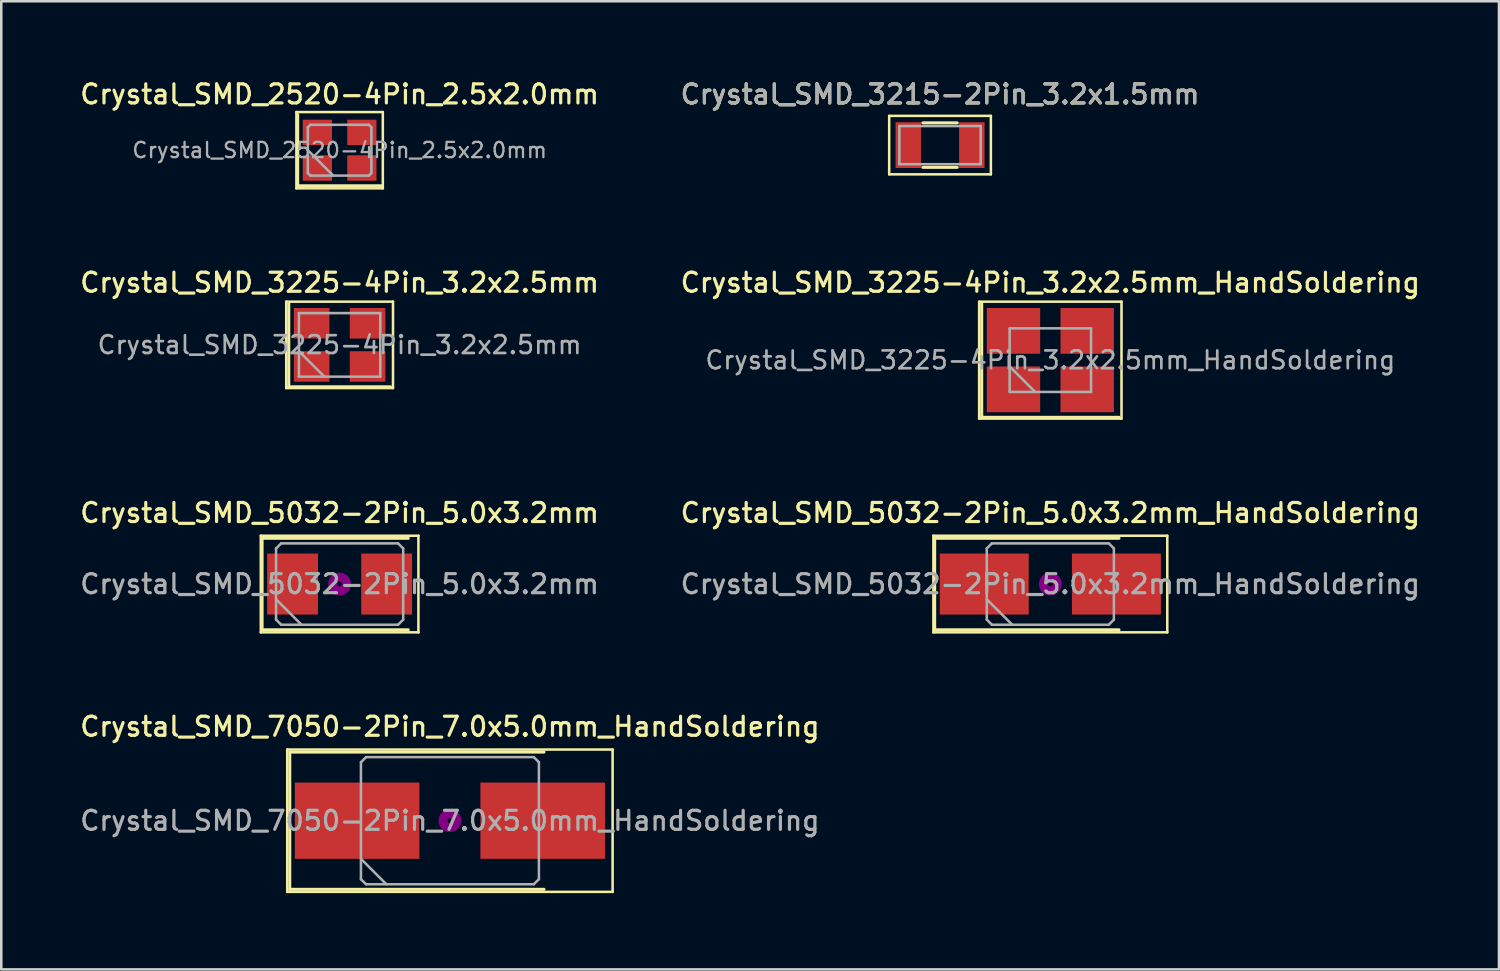
<source format=kicad_pcb>
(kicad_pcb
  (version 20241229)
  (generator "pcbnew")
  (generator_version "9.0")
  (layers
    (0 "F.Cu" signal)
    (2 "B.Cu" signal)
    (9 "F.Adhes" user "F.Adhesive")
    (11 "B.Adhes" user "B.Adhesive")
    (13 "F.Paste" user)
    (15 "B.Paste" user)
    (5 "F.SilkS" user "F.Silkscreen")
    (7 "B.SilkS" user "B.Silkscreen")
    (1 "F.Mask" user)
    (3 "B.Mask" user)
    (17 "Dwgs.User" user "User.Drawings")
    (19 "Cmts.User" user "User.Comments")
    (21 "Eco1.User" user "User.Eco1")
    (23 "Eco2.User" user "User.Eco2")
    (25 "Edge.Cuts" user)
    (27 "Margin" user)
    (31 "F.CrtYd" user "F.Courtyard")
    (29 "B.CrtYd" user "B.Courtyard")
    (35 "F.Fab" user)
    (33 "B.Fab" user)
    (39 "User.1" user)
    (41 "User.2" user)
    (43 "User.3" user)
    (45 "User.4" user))
  (footprint "Crystal_SMD_3225-4Pin_3.2x2.5mm"
    (layer "F.Cu")
    (at 10.309 10.516)
    (property "Reference" "Crystal_SMD_3225-4Pin_3.2x2.5mm" (at 0 -2.45 0) (layer "F.SilkS") (effects (font (size 0.75 0.75) (thickness 0.125))))
    (attr smd)
    (fp_line (start -2.1 -1.7) (end -2.1 1.7) (stroke (width 0.1) (type solid)) (layer "F.SilkS"))
    (fp_line (start -2.1 1.7) (end 2.1 1.7) (stroke (width 0.1) (type solid)) (layer "F.SilkS"))
    (fp_line (start -2 -1.65) (end -2 1.65) (stroke (width 0.12) (type solid)) (layer "F.SilkS"))
    (fp_line (start -2 1.65) (end 2 1.65) (stroke (width 0.12) (type solid)) (layer "F.SilkS"))
    (fp_line (start 2.1 -1.7) (end -2.1 -1.7) (stroke (width 0.1) (type solid)) (layer "F.SilkS"))
    (fp_line (start 2.1 1.7) (end 2.1 -1.7) (stroke (width 0.1) (type solid)) (layer "F.SilkS"))
    (fp_line (start -1.6 -1.25) (end -1.6 1.25) (stroke (width 0.1) (type solid)) (layer "F.Fab"))
    (fp_line (start -1.6 0.25) (end -0.6 1.25) (stroke (width 0.1) (type solid)) (layer "F.Fab"))
    (fp_line (start -1.6 1.25) (end 1.6 1.25) (stroke (width 0.1) (type solid)) (layer "F.Fab"))
    (fp_line (start 1.6 -1.25) (end -1.6 -1.25) (stroke (width 0.1) (type solid)) (layer "F.Fab"))
    (fp_line (start 1.6 1.25) (end 1.6 -1.25) (stroke (width 0.1) (type solid)) (layer "F.Fab"))
    (fp_text user "${REFERENCE}" (at 0 0 0) (layer "F.Fab") (effects (font (size 0.7 0.7) (thickness 0.105))))
    (pad "1" smd rect (at -1.1 0.85) (size 1.4 1.2) (layers "F.Cu" "F.Mask" "F.Paste"))
    (pad "2" smd rect (at 1.1 0.85) (size 1.4 1.2) (layers "F.Cu" "F.Mask" "F.Paste"))
    (pad "3" smd rect (at 1.1 -0.85) (size 1.4 1.2) (layers "F.Cu" "F.Mask" "F.Paste"))
    (pad "4" smd rect (at -1.1 -0.85) (size 1.4 1.2) (layers "F.Cu" "F.Mask" "F.Paste")))
  (footprint "Crystal_SMD_5032-2Pin_5.0x3.2mm"
    (layer "F.Cu")
    (at 10.309 19.924)
    (property "Reference" "Crystal_SMD_5032-2Pin_5.0x3.2mm" (at 0 -2.8 0) (layer "F.SilkS") (effects (font (size 0.75 0.75) (thickness 0.125))))
    (attr smd)
    (fp_line (start -3.1 -1.9) (end -3.1 1.9) (stroke (width 0.1) (type solid)) (layer "F.SilkS"))
    (fp_line (start -3.1 1.9) (end 3.1 1.9) (stroke (width 0.1) (type solid)) (layer "F.SilkS"))
    (fp_line (start -3.05 -1.8) (end -3.05 1.8) (stroke (width 0.12) (type solid)) (layer "F.SilkS"))
    (fp_line (start -3.05 1.8) (end 2.7 1.8) (stroke (width 0.12) (type solid)) (layer "F.SilkS"))
    (fp_line (start 2.7 -1.8) (end -3.05 -1.8) (stroke (width 0.12) (type solid)) (layer "F.SilkS"))
    (fp_line (start 3.1 -1.9) (end -3.1 -1.9) (stroke (width 0.1) (type solid)) (layer "F.SilkS"))
    (fp_line (start 3.1 1.9) (end 3.1 -1.9) (stroke (width 0.1) (type solid)) (layer "F.SilkS"))
    (fp_circle (center 0 0) (end 0.093 0) (stroke (width 0.187) (type solid)) (fill no) (layer "F.Adhes"))
    (fp_circle (center 0 0) (end 0.213 0) (stroke (width 0.133) (type solid)) (fill no) (layer "F.Adhes"))
    (fp_circle (center 0 0) (end 0.333 0) (stroke (width 0.133) (type solid)) (fill no) (layer "F.Adhes"))
    (fp_circle (center 0 0) (end 0.4 0) (stroke (width 0.1) (type solid)) (fill no) (layer "F.Adhes"))
    (fp_line (start -2.5 -1.4) (end -2.3 -1.6) (stroke (width 0.1) (type solid)) (layer "F.Fab"))
    (fp_line (start -2.5 0.6) (end -1.5 1.6) (stroke (width 0.1) (type solid)) (layer "F.Fab"))
    (fp_line (start -2.5 1.4) (end -2.5 -1.4) (stroke (width 0.1) (type solid)) (layer "F.Fab"))
    (fp_line (start -2.3 -1.6) (end 2.3 -1.6) (stroke (width 0.1) (type solid)) (layer "F.Fab"))
    (fp_line (start -2.3 1.6) (end -2.5 1.4) (stroke (width 0.1) (type solid)) (layer "F.Fab"))
    (fp_line (start 2.3 -1.6) (end 2.5 -1.4) (stroke (width 0.1) (type solid)) (layer "F.Fab"))
    (fp_line (start 2.3 1.6) (end -2.3 1.6) (stroke (width 0.1) (type solid)) (layer "F.Fab"))
    (fp_line (start 2.5 -1.4) (end 2.5 1.4) (stroke (width 0.1) (type solid)) (layer "F.Fab"))
    (fp_line (start 2.5 1.4) (end 2.3 1.6) (stroke (width 0.1) (type solid)) (layer "F.Fab"))
    (fp_text user "${REFERENCE}" (at 0 0 0) (layer "F.Fab") (effects (font (size 0.75 0.75) (thickness 0.125))))
    (pad "1" smd rect (at -1.85 0) (size 2 2.4) (layers "F.Cu" "F.Mask" "F.Paste"))
    (pad "2" smd rect (at 1.85 0) (size 2 2.4) (layers "F.Cu" "F.Mask" "F.Paste")))
  (footprint "Crystal_SMD_7050-2Pin_7.0x5.0mm_HandSoldering"
    (layer "F.Cu")
    (at 14.648 29.233)
    (property "Reference" "Crystal_SMD_7050-2Pin_7.0x5.0mm_HandSoldering" (at 0 -3.7 0) (layer "F.SilkS") (effects (font (size 0.75 0.75) (thickness 0.125))))
    (attr smd)
    (fp_line (start -6.4 -2.8) (end -6.4 2.8) (stroke (width 0.1) (type solid)) (layer "F.SilkS"))
    (fp_line (start -6.4 2.8) (end 6.4 2.8) (stroke (width 0.1) (type solid)) (layer "F.SilkS"))
    (fp_line (start -6.3 -2.7) (end -6.3 2.7) (stroke (width 0.12) (type solid)) (layer "F.SilkS"))
    (fp_line (start -6.3 2.7) (end 3.7 2.7) (stroke (width 0.12) (type solid)) (layer "F.SilkS"))
    (fp_line (start 3.7 -2.7) (end -6.3 -2.7) (stroke (width 0.12) (type solid)) (layer "F.SilkS"))
    (fp_line (start 6.4 -2.8) (end -6.4 -2.8) (stroke (width 0.1) (type solid)) (layer "F.SilkS"))
    (fp_line (start 6.4 2.8) (end 6.4 -2.8) (stroke (width 0.1) (type solid)) (layer "F.SilkS"))
    (fp_circle (center 0 0) (end 0.093 0) (stroke (width 0.187) (type solid)) (fill no) (layer "F.Adhes"))
    (fp_circle (center 0 0) (end 0.213 0) (stroke (width 0.133) (type solid)) (fill no) (layer "F.Adhes"))
    (fp_circle (center 0 0) (end 0.333 0) (stroke (width 0.133) (type solid)) (fill no) (layer "F.Adhes"))
    (fp_circle (center 0 0) (end 0.4 0) (stroke (width 0.1) (type solid)) (fill no) (layer "F.Adhes"))
    (fp_line (start -3.5 -2.3) (end -3.3 -2.5) (stroke (width 0.1) (type solid)) (layer "F.Fab"))
    (fp_line (start -3.5 1.5) (end -2.5 2.5) (stroke (width 0.1) (type solid)) (layer "F.Fab"))
    (fp_line (start -3.5 2.3) (end -3.5 -2.3) (stroke (width 0.1) (type solid)) (layer "F.Fab"))
    (fp_line (start -3.3 -2.5) (end 3.3 -2.5) (stroke (width 0.1) (type solid)) (layer "F.Fab"))
    (fp_line (start -3.3 2.5) (end -3.5 2.3) (stroke (width 0.1) (type solid)) (layer "F.Fab"))
    (fp_line (start 3.3 -2.5) (end 3.5 -2.3) (stroke (width 0.1) (type solid)) (layer "F.Fab"))
    (fp_line (start 3.3 2.5) (end -3.3 2.5) (stroke (width 0.1) (type solid)) (layer "F.Fab"))
    (fp_line (start 3.5 -2.3) (end 3.5 2.3) (stroke (width 0.1) (type solid)) (layer "F.Fab"))
    (fp_line (start 3.5 2.3) (end 3.3 2.5) (stroke (width 0.1) (type solid)) (layer "F.Fab"))
    (fp_text user "${REFERENCE}" (at 0 0 0) (layer "F.Fab") (effects (font (size 0.75 0.75) (thickness 0.125))))
    (pad "1" smd rect (at -3.65 0) (size 4.9 3) (layers "F.Cu" "F.Mask" "F.Paste"))
    (pad "2" smd rect (at 3.65 0) (size 4.9 3) (layers "F.Cu" "F.Mask" "F.Paste")))
  (footprint "Crystal_SMD_3215-2Pin_3.2x1.5mm"
    (layer "F.Cu")
    (at 33.927 2.658)
    (property "Reference" "Crystal_SMD_3215-2Pin_3.2x1.5mm" (at 0 -2 0) (layer "F.SilkS") (effects (font (size 0.75 0.75) (thickness 0.125))))
    (attr smd)
    (fp_line (start -2 -1.15) (end -2 1.15) (stroke (width 0.1) (type solid)) (layer "F.SilkS"))
    (fp_line (start -2 -1.15) (end 2 -1.15) (stroke (width 0.1) (type solid)) (layer "F.SilkS"))
    (fp_line (start -2 1.15) (end 2 1.15) (stroke (width 0.1) (type solid)) (layer "F.SilkS"))
    (fp_line (start -0.675 -0.875) (end 0.675 -0.875) (stroke (width 0.12) (type solid)) (layer "F.SilkS"))
    (fp_line (start -0.675 0.875) (end 0.675 0.875) (stroke (width 0.12) (type solid)) (layer "F.SilkS"))
    (fp_line (start 2 -1.15) (end 2 1.15) (stroke (width 0.1) (type solid)) (layer "F.SilkS"))
    (fp_line (start -1.6 -0.75) (end -1.6 0.75) (stroke (width 0.1) (type solid)) (layer "F.Fab"))
    (fp_line (start -1.6 -0.75) (end 1.6 -0.75) (stroke (width 0.1) (type solid)) (layer "F.Fab"))
    (fp_line (start -1.6 0.75) (end 1.6 0.75) (stroke (width 0.1) (type solid)) (layer "F.Fab"))
    (fp_line (start 1.6 -0.75) (end 1.6 0.75) (stroke (width 0.1) (type solid)) (layer "F.Fab"))
    (fp_text user "${REFERENCE}" (at 0 -2 0) (layer "F.Fab") (effects (font (size 0.75 0.75) (thickness 0.125))))
    (pad "1" smd rect (at 1.25 0) (size 1 1.8) (layers "F.Cu" "F.Mask" "F.Paste"))
    (pad "2" smd rect (at -1.25 0) (size 1 1.8) (layers "F.Cu" "F.Mask" "F.Paste")))
  (footprint "Crystal_SMD_3225-4Pin_3.2x2.5mm_HandSoldering"
    (layer "F.Cu")
    (at 38.266 11.116)
    (property "Reference" "Crystal_SMD_3225-4Pin_3.2x2.5mm_HandSoldering" (at 0 -3.05 0) (layer "F.SilkS") (effects (font (size 0.75 0.75) (thickness 0.125))))
    (attr smd)
    (fp_line (start -2.8 -2.3) (end -2.8 2.3) (stroke (width 0.1) (type solid)) (layer "F.SilkS"))
    (fp_line (start -2.8 2.3) (end 2.8 2.3) (stroke (width 0.1) (type solid)) (layer "F.SilkS"))
    (fp_line (start -2.7 -2.25) (end -2.7 2.25) (stroke (width 0.12) (type solid)) (layer "F.SilkS"))
    (fp_line (start -2.7 2.25) (end 2.7 2.25) (stroke (width 0.12) (type solid)) (layer "F.SilkS"))
    (fp_line (start 2.8 -2.3) (end -2.8 -2.3) (stroke (width 0.1) (type solid)) (layer "F.SilkS"))
    (fp_line (start 2.8 2.3) (end 2.8 -2.3) (stroke (width 0.1) (type solid)) (layer "F.SilkS"))
    (fp_line (start -1.6 -1.25) (end -1.6 1.25) (stroke (width 0.1) (type solid)) (layer "F.Fab"))
    (fp_line (start -1.6 0.25) (end -0.6 1.25) (stroke (width 0.1) (type solid)) (layer "F.Fab"))
    (fp_line (start -1.6 1.25) (end 1.6 1.25) (stroke (width 0.1) (type solid)) (layer "F.Fab"))
    (fp_line (start 1.6 -1.25) (end -1.6 -1.25) (stroke (width 0.1) (type solid)) (layer "F.Fab"))
    (fp_line (start 1.6 1.25) (end 1.6 -1.25) (stroke (width 0.1) (type solid)) (layer "F.Fab"))
    (fp_text user "${REFERENCE}" (at 0 0 0) (layer "F.Fab") (effects (font (size 0.7 0.7) (thickness 0.105))))
    (pad "1" smd rect (at -1.45 1.15) (size 2.1 1.8) (layers "F.Cu" "F.Mask" "F.Paste"))
    (pad "2" smd rect (at 1.45 1.15) (size 2.1 1.8) (layers "F.Cu" "F.Mask" "F.Paste"))
    (pad "3" smd rect (at 1.45 -1.15) (size 2.1 1.8) (layers "F.Cu" "F.Mask" "F.Paste"))
    (pad "4" smd rect (at -1.45 -1.15) (size 2.1 1.8) (layers "F.Cu" "F.Mask" "F.Paste")))
  (footprint "Crystal_SMD_2520-4Pin_2.5x2.0mm"
    (layer "F.Cu")
    (at 10.309 2.858)
    (property "Reference" "Crystal_SMD_2520-4Pin_2.5x2.0mm" (at 0 -2.2 0) (layer "F.SilkS") (effects (font (size 0.75 0.75) (thickness 0.125))))
    (attr smd)
    (fp_line (start -1.7 -1.5) (end -1.7 1.5) (stroke (width 0.1) (type solid)) (layer "F.SilkS"))
    (fp_line (start -1.7 1.5) (end 1.7 1.5) (stroke (width 0.1) (type solid)) (layer "F.SilkS"))
    (fp_line (start -1.65 -1.4) (end -1.65 1.4) (stroke (width 0.12) (type solid)) (layer "F.SilkS"))
    (fp_line (start -1.65 1.4) (end 1.65 1.4) (stroke (width 0.12) (type solid)) (layer "F.SilkS"))
    (fp_line (start 1.7 -1.5) (end -1.7 -1.5) (stroke (width 0.1) (type solid)) (layer "F.SilkS"))
    (fp_line (start 1.7 1.5) (end 1.7 -1.5) (stroke (width 0.1) (type solid)) (layer "F.SilkS"))
    (fp_line (start -1.25 -0.9) (end -1.15 -1) (stroke (width 0.1) (type solid)) (layer "F.Fab"))
    (fp_line (start -1.25 0) (end -0.25 1) (stroke (width 0.1) (type solid)) (layer "F.Fab"))
    (fp_line (start -1.25 0.9) (end -1.25 -0.9) (stroke (width 0.1) (type solid)) (layer "F.Fab"))
    (fp_line (start -1.15 -1) (end 1.15 -1) (stroke (width 0.1) (type solid)) (layer "F.Fab"))
    (fp_line (start -1.15 1) (end -1.25 0.9) (stroke (width 0.1) (type solid)) (layer "F.Fab"))
    (fp_line (start 1.15 -1) (end 1.25 -0.9) (stroke (width 0.1) (type solid)) (layer "F.Fab"))
    (fp_line (start 1.15 1) (end -1.15 1) (stroke (width 0.1) (type solid)) (layer "F.Fab"))
    (fp_line (start 1.25 -0.9) (end 1.25 0.9) (stroke (width 0.1) (type solid)) (layer "F.Fab"))
    (fp_line (start 1.25 0.9) (end 1.15 1) (stroke (width 0.1) (type solid)) (layer "F.Fab"))
    (fp_text user "${REFERENCE}" (at 0 0 0) (layer "F.Fab") (effects (font (size 0.6 0.6) (thickness 0.09))))
    (pad "1" smd rect (at -0.875 0.7) (size 1.15 1) (layers "F.Cu" "F.Mask" "F.Paste"))
    (pad "2" smd rect (at 0.875 0.7) (size 1.15 1) (layers "F.Cu" "F.Mask" "F.Paste"))
    (pad "3" smd rect (at 0.875 -0.7) (size 1.15 1) (layers "F.Cu" "F.Mask" "F.Paste"))
    (pad "4" smd rect (at -0.875 -0.7) (size 1.15 1) (layers "F.Cu" "F.Mask" "F.Paste")))
  (footprint "Crystal_SMD_5032-2Pin_5.0x3.2mm_HandSoldering"
    (layer "F.Cu")
    (at 38.266 19.924)
    (property "Reference" "Crystal_SMD_5032-2Pin_5.0x3.2mm_HandSoldering" (at 0 -2.8 0) (layer "F.SilkS") (effects (font (size 0.75 0.75) (thickness 0.125))))
    (attr smd)
    (fp_line (start -4.6 -1.9) (end -4.6 1.9) (stroke (width 0.1) (type solid)) (layer "F.SilkS"))
    (fp_line (start -4.6 1.9) (end 4.6 1.9) (stroke (width 0.1) (type solid)) (layer "F.SilkS"))
    (fp_line (start -4.55 -1.8) (end -4.55 1.8) (stroke (width 0.12) (type solid)) (layer "F.SilkS"))
    (fp_line (start -4.55 1.8) (end 2.7 1.8) (stroke (width 0.12) (type solid)) (layer "F.SilkS"))
    (fp_line (start 2.7 -1.8) (end -4.55 -1.8) (stroke (width 0.12) (type solid)) (layer "F.SilkS"))
    (fp_line (start 4.6 -1.9) (end -4.6 -1.9) (stroke (width 0.1) (type solid)) (layer "F.SilkS"))
    (fp_line (start 4.6 1.9) (end 4.6 -1.9) (stroke (width 0.1) (type solid)) (layer "F.SilkS"))
    (fp_circle (center 0 0) (end 0.093 0) (stroke (width 0.187) (type solid)) (fill no) (layer "F.Adhes"))
    (fp_circle (center 0 0) (end 0.213 0) (stroke (width 0.133) (type solid)) (fill no) (layer "F.Adhes"))
    (fp_circle (center 0 0) (end 0.333 0) (stroke (width 0.133) (type solid)) (fill no) (layer "F.Adhes"))
    (fp_circle (center 0 0) (end 0.4 0) (stroke (width 0.1) (type solid)) (fill no) (layer "F.Adhes"))
    (fp_line (start -2.5 -1.4) (end -2.3 -1.6) (stroke (width 0.1) (type solid)) (layer "F.Fab"))
    (fp_line (start -2.5 0.6) (end -1.5 1.6) (stroke (width 0.1) (type solid)) (layer "F.Fab"))
    (fp_line (start -2.5 1.4) (end -2.5 -1.4) (stroke (width 0.1) (type solid)) (layer "F.Fab"))
    (fp_line (start -2.3 -1.6) (end 2.3 -1.6) (stroke (width 0.1) (type solid)) (layer "F.Fab"))
    (fp_line (start -2.3 1.6) (end -2.5 1.4) (stroke (width 0.1) (type solid)) (layer "F.Fab"))
    (fp_line (start 2.3 -1.6) (end 2.5 -1.4) (stroke (width 0.1) (type solid)) (layer "F.Fab"))
    (fp_line (start 2.3 1.6) (end -2.3 1.6) (stroke (width 0.1) (type solid)) (layer "F.Fab"))
    (fp_line (start 2.5 -1.4) (end 2.5 1.4) (stroke (width 0.1) (type solid)) (layer "F.Fab"))
    (fp_line (start 2.5 1.4) (end 2.3 1.6) (stroke (width 0.1) (type solid)) (layer "F.Fab"))
    (fp_text user "${REFERENCE}" (at 0 0 0) (layer "F.Fab") (effects (font (size 0.75 0.75) (thickness 0.125))))
    (pad "1" smd rect (at -2.6 0) (size 3.5 2.4) (layers "F.Cu" "F.Mask" "F.Paste"))
    (pad "2" smd rect (at 2.6 0) (size 3.5 2.4) (layers "F.Cu" "F.Mask" "F.Paste")))
  (gr_rect
    (start -3 -3)
    (end 55.914 35.083)
    (stroke (width 0.1) (type default))
    (fill no)
    (layer "Edge.Cuts")))
</source>
